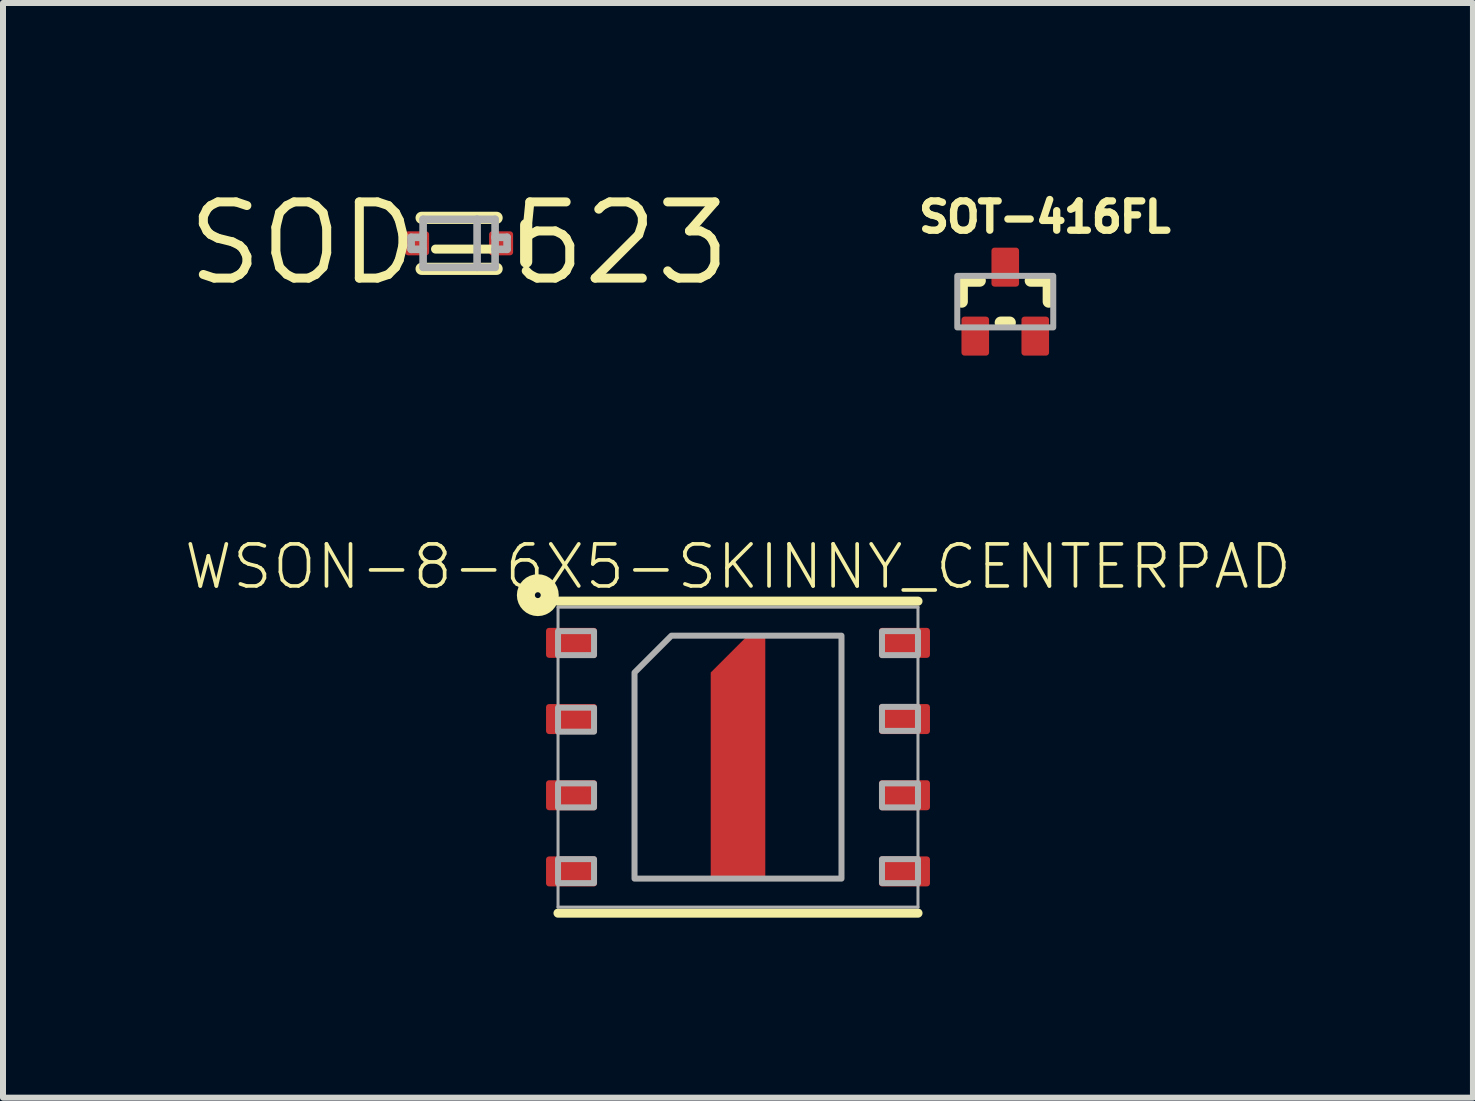
<source format=kicad_pcb>
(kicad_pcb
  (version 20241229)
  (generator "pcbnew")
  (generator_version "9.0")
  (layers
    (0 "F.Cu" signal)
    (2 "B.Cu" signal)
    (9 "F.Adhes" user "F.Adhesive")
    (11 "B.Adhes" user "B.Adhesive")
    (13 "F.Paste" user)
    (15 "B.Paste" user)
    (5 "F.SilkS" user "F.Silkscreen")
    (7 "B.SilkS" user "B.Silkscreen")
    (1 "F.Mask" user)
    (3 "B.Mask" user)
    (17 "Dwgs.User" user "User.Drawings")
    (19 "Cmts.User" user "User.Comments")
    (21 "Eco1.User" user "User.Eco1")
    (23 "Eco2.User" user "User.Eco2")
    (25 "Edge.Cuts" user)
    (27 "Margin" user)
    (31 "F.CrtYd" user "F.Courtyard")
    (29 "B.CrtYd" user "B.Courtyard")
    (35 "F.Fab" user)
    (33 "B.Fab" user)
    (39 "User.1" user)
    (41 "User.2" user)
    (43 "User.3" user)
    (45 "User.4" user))
  (footprint "SOT-416FL"
    (layer "F.Cu")
    (at 13.707 1.453)
    (property "Reference" "SOT-416FL" (at -1.5 -0.6 0) (unlocked yes) (layer "F.SilkS") (effects (font (size 0.488 0.488) (thickness 0.122)) (justify left bottom)))
    (fp_line (start -0.725 0.175) (end -0.425 0.175) (stroke (width 0.203) (type solid)) (layer "F.SilkS"))
    (fp_line (start -0.725 0.525) (end -0.725 0.175) (stroke (width 0.203) (type solid)) (layer "F.SilkS"))
    (fp_line (start -0.075 0.875) (end 0.075 0.875) (stroke (width 0.203) (type solid)) (layer "F.SilkS"))
    (fp_line (start 0.425 0.175) (end 0.725 0.175) (stroke (width 0.203) (type solid)) (layer "F.SilkS"))
    (fp_line (start 0.725 0.175) (end 0.725 0.525) (stroke (width 0.203) (type solid)) (layer "F.SilkS"))
    (fp_poly (pts (xy -0.8 0.955) (xy 0.8 0.955) (xy 0.8 0.095) (xy -0.8 0.095)) (stroke (width 0.1) (type default)) (fill no) (layer "F.Fab"))
    (pad "1" smd roundrect (at -0.5 1.1) (size 0.46 0.65) (layers "F.Cu" "F.Mask" "F.Paste") (roundrect_rratio 0.11))
    (pad "2" smd roundrect (at 0.5 1.1) (size 0.46 0.65) (layers "F.Cu" "F.Mask" "F.Paste") (roundrect_rratio 0.11))
    (pad "3" smd roundrect (at 0 -0.05) (size 0.46 0.65) (layers "F.Cu" "F.Mask" "F.Paste") (roundrect_rratio 0.11)))
  (footprint "SOD-523"
    (layer "F.Cu")
    (at 4.603 1.006)
    (property "Reference" "SOD-523" (at 0 0 0) (unlocked yes) (layer "F.SilkS") (effects (font (size 1.27 1.27) (thickness 0.15))))
    (fp_line (start -0.625 0.425) (end 0.625 0.425) (stroke (width 0.203) (type solid)) (layer "F.SilkS"))
    (fp_line (start 0.625 -0.425) (end -0.625 -0.425) (stroke (width 0.203) (type solid)) (layer "F.SilkS"))
    (fp_line (start 1.118 -0.305) (end 1.118 0.305) (stroke (width 0.203) (type solid)) (layer "F.SilkS"))
    (fp_line (start -0.8 -0.1) (end -0.8 0.1) (stroke (width 0.127) (type solid)) (layer "F.Fab"))
    (fp_line (start -0.6 -0.4) (end -0.6 -0.1) (stroke (width 0.127) (type solid)) (layer "F.Fab"))
    (fp_line (start -0.6 -0.1) (end -0.8 -0.1) (stroke (width 0.127) (type solid)) (layer "F.Fab"))
    (fp_line (start -0.6 -0.1) (end -0.6 0.1) (stroke (width 0.127) (type solid)) (layer "F.Fab"))
    (fp_line (start -0.6 0.1) (end -0.8 0.1) (stroke (width 0.127) (type solid)) (layer "F.Fab"))
    (fp_line (start -0.6 0.1) (end -0.6 0.4) (stroke (width 0.127) (type solid)) (layer "F.Fab"))
    (fp_line (start -0.6 0.4) (end 0.3 0.4) (stroke (width 0.127) (type solid)) (layer "F.Fab"))
    (fp_line (start 0.3 -0.4) (end -0.6 -0.4) (stroke (width 0.127) (type solid)) (layer "F.Fab"))
    (fp_line (start 0.3 -0.4) (end 0.3 0.4) (stroke (width 0.127) (type solid)) (layer "F.Fab"))
    (fp_line (start 0.3 0.4) (end 0.6 0.4) (stroke (width 0.127) (type solid)) (layer "F.Fab"))
    (fp_line (start 0.6 -0.4) (end 0.3 -0.4) (stroke (width 0.127) (type solid)) (layer "F.Fab"))
    (fp_line (start 0.6 -0.1) (end 0.6 -0.4) (stroke (width 0.127) (type solid)) (layer "F.Fab"))
    (fp_line (start 0.6 -0.1) (end 0.8 -0.1) (stroke (width 0.127) (type solid)) (layer "F.Fab"))
    (fp_line (start 0.6 0.1) (end 0.6 -0.1) (stroke (width 0.127) (type solid)) (layer "F.Fab"))
    (fp_line (start 0.6 0.4) (end 0.6 0.1) (stroke (width 0.127) (type solid)) (layer "F.Fab"))
    (fp_line (start 0.8 -0.1) (end 0.8 0.1) (stroke (width 0.127) (type solid)) (layer "F.Fab"))
    (fp_line (start 0.8 0.1) (end 0.6 0.1) (stroke (width 0.127) (type solid)) (layer "F.Fab"))
    (pad "A" smd roundrect (at -0.7 0) (size 0.4 0.4) (layers "F.Cu" "F.Mask" "F.Paste") (roundrect_rratio 0.127))
    (pad "C" smd roundrect (at 0.7 0) (size 0.4 0.4) (layers "F.Cu" "F.Mask" "F.Paste") (roundrect_rratio 0.127)))
  (footprint "WSON-8-6X5-SKINNY_CENTERPAD"
    (layer "F.Cu")
    (at 9.252 9.571)
    (property "Reference" "WSON-8-6X5-SKINNY_CENTERPAD" (at 0 -3.175 0) (unlocked yes) (layer "F.SilkS") (effects (font (size 0.701 0.701) (thickness 0.061))))
    (fp_poly (pts (xy 0.455 2.025) (xy -0.455 2.025) (xy -0.455 -1.41) (xy 0.16 -2.025) (xy 0.455 -2.025)) (stroke (width 0) (type default)) (fill yes) (layer "F.Cu"))
    (fp_poly (pts (xy 0.555 2.125) (xy -0.555 2.125) (xy -0.555 -1.485) (xy 0.11 -2.15) (xy 0.555 -2.15)) (stroke (width 0) (type default)) (fill yes) (layer "F.Mask"))
    (fp_line (start -3 -2.6) (end 3 -2.6) (stroke (width 0.152) (type solid)) (layer "F.SilkS"))
    (fp_line (start -3 2.6) (end 3 2.6) (stroke (width 0.152) (type solid)) (layer "F.SilkS"))
    (fp_circle (center -3.337 -2.7) (end -3.288 -2.7) (stroke (width 0.3) (type solid)) (fill no) (layer "F.SilkS"))
    (fp_poly (pts (xy -0.4 0.4) (xy 0.4 0.4) (xy 0.4 -0.4) (xy -0.4 -0.4)) (stroke (width 0) (type default)) (fill yes) (layer "F.Paste"))
    (fp_line (start -3 -2.5) (end 3 -2.5) (stroke (width 0.05) (type solid)) (layer "F.Fab"))
    (fp_line (start -3 2.5) (end -3 -2.5) (stroke (width 0.05) (type solid)) (layer "F.Fab"))
    (fp_line (start 3 -2.5) (end 3 2.5) (stroke (width 0.05) (type solid)) (layer "F.Fab"))
    (fp_line (start 3 2.5) (end -3 2.5) (stroke (width 0.05) (type solid)) (layer "F.Fab"))
    (fp_poly (pts (xy -3 -1.7) (xy -2.4 -1.7) (xy -2.4 -2.1) (xy -3 -2.1)) (stroke (width 0.1) (type default)) (fill no) (layer "F.Fab"))
    (fp_poly (pts (xy -3 -0.425) (xy -2.4 -0.425) (xy -2.4 -0.825) (xy -3 -0.825)) (stroke (width 0.1) (type default)) (fill no) (layer "F.Fab"))
    (fp_poly (pts (xy -3 0.838) (xy -2.4 0.838) (xy -2.4 0.438) (xy -3 0.438)) (stroke (width 0.1) (type default)) (fill no) (layer "F.Fab"))
    (fp_poly (pts (xy -3 2.1) (xy -2.4 2.1) (xy -2.4 1.7) (xy -3 1.7)) (stroke (width 0.1) (type default)) (fill no) (layer "F.Fab"))
    (fp_poly (pts (xy 2.4 -1.7) (xy 3 -1.7) (xy 3 -2.1) (xy 2.4 -2.1)) (stroke (width 0.1) (type default)) (fill no) (layer "F.Fab"))
    (fp_poly (pts (xy 2.4 -0.438) (xy 3 -0.438) (xy 3 -0.838) (xy 2.4 -0.838)) (stroke (width 0.1) (type default)) (fill no) (layer "F.Fab"))
    (fp_poly (pts (xy 2.4 0.838) (xy 3 0.838) (xy 3 0.438) (xy 2.4 0.438)) (stroke (width 0.1) (type default)) (fill no) (layer "F.Fab"))
    (fp_poly (pts (xy 2.4 2.1) (xy 3 2.1) (xy 3 1.7) (xy 2.4 1.7)) (stroke (width 0.1) (type default)) (fill no) (layer "F.Fab"))
    (fp_poly (pts (xy 1.725 2.025) (xy -1.725 2.025) (xy -1.725 -1.41) (xy -1.11 -2.025) (xy 1.725 -2.025)) (stroke (width 0.1) (type default)) (fill no) (layer "F.Fab"))
    (pad "1" smd roundrect (at -2.775 -1.905 90) (size 0.5 0.85) (layers "F.Cu" "F.Mask" "F.Paste") (roundrect_rratio 0.102))
    (pad "2" smd roundrect (at -2.775 -0.635 90) (size 0.5 0.85) (layers "F.Cu" "F.Mask" "F.Paste") (roundrect_rratio 0.102))
    (pad "3" smd roundrect (at -2.775 0.635 90) (size 0.5 0.85) (layers "F.Cu" "F.Mask" "F.Paste") (roundrect_rratio 0.102))
    (pad "4" smd roundrect (at -2.775 1.905 90) (size 0.5 0.85) (layers "F.Cu" "F.Mask" "F.Paste") (roundrect_rratio 0.102))
    (pad "5" smd roundrect (at 2.775 1.905 90) (size 0.5 0.85) (layers "F.Cu" "F.Mask" "F.Paste") (roundrect_rratio 0.102))
    (pad "6" smd roundrect (at 2.775 0.635 90) (size 0.5 0.85) (layers "F.Cu" "F.Mask" "F.Paste") (roundrect_rratio 0.102))
    (pad "7" smd roundrect (at 2.775 -0.635 90) (size 0.5 0.85) (layers "F.Cu" "F.Mask" "F.Paste") (roundrect_rratio 0.102))
    (pad "8" smd roundrect (at 2.775 -1.905 90) (size 0.5 0.85) (layers "F.Cu" "F.Mask" "F.Paste") (roundrect_rratio 0.102)))
  (gr_rect
    (start -3 -3)
    (end 21.503 15.247)
    (stroke (width 0.1) (type default))
    (fill no)
    (layer "Edge.Cuts")))
</source>
